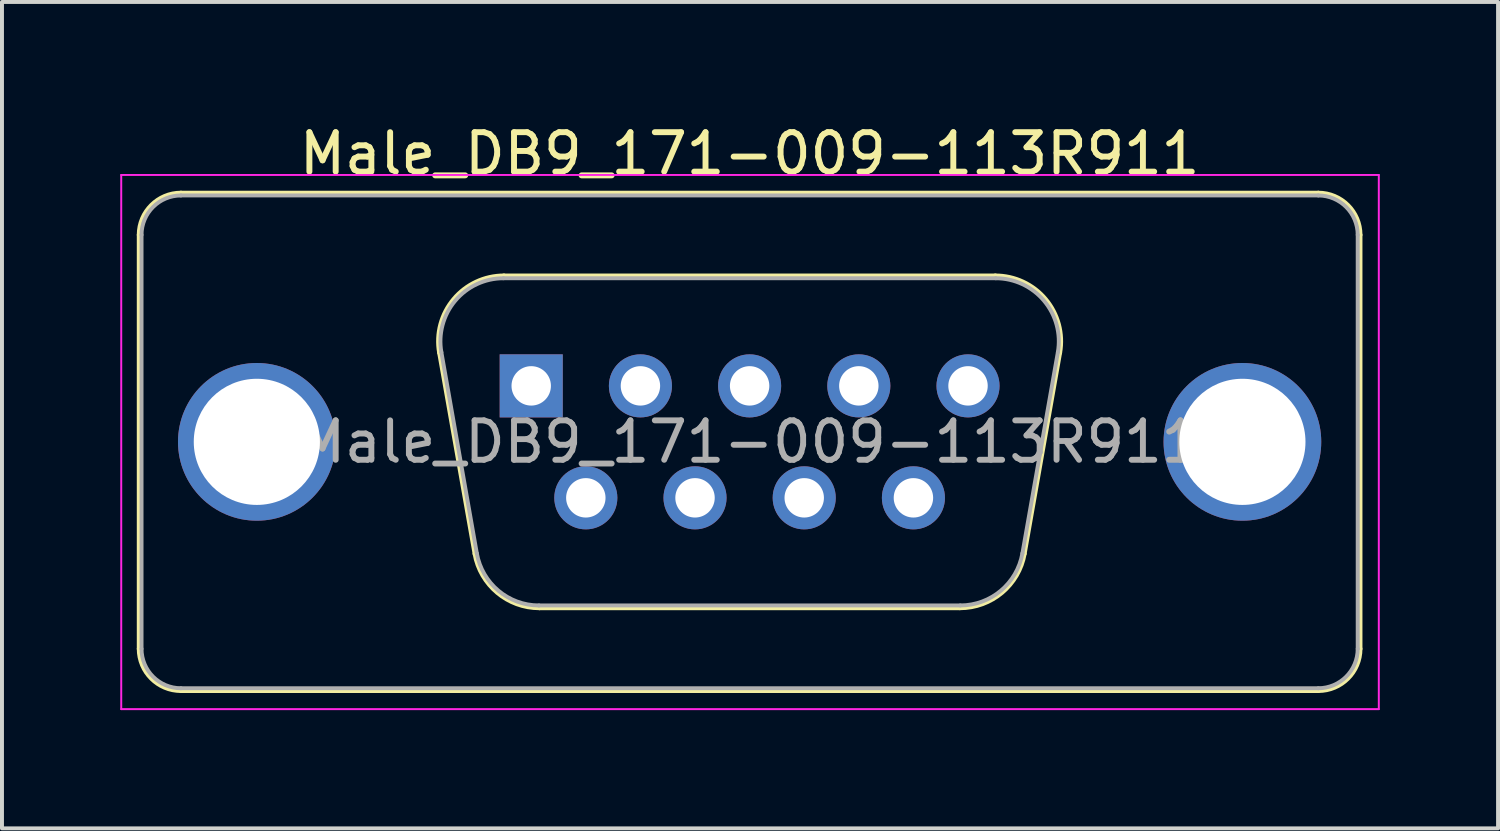
<source format=kicad_pcb>
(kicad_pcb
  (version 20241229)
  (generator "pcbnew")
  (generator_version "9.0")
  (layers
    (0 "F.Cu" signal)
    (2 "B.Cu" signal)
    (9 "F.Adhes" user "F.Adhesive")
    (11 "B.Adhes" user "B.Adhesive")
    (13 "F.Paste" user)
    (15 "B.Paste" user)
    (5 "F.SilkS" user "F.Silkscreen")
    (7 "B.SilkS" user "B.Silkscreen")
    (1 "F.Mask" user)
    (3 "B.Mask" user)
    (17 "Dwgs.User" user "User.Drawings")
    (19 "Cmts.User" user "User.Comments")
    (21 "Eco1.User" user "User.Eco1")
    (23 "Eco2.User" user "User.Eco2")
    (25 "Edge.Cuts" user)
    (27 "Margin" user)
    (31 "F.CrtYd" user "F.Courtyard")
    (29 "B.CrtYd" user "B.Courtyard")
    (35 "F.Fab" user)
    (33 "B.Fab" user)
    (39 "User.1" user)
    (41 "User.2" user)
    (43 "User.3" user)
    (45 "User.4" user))
  (footprint "Male_DB9_171-009-113R911"
    (layer "F.Cu")
    (at 10.425 6.738)
    (property "Reference" "Male_DB9_171-009-113R911" (at 5.54 -5.89 0) (layer "F.SilkS") (effects (font (size 1 1) (thickness 0.15))))
    (attr through_hole)
    (fp_line (start -9.945 6.67) (end -9.945 -3.83) (stroke (width 0.12) (type solid)) (layer "F.SilkS"))
    (fp_line (start -8.885 -4.89) (end 19.965 -4.89) (stroke (width 0.12) (type solid)) (layer "F.SilkS"))
    (fp_line (start -2.326 -0.842) (end -1.427 4.258) (stroke (width 0.12) (type solid)) (layer "F.SilkS"))
    (fp_line (start -0.692 -2.79) (end 11.772 -2.79) (stroke (width 0.12) (type solid)) (layer "F.SilkS"))
    (fp_line (start 0.208 5.63) (end 10.872 5.63) (stroke (width 0.12) (type solid)) (layer "F.SilkS"))
    (fp_line (start 13.406 -0.842) (end 12.507 4.258) (stroke (width 0.12) (type solid)) (layer "F.SilkS"))
    (fp_line (start 19.965 7.73) (end -8.885 7.73) (stroke (width 0.12) (type solid)) (layer "F.SilkS"))
    (fp_line (start 21.025 -3.83) (end 21.025 6.67) (stroke (width 0.12) (type solid)) (layer "F.SilkS"))
    (fp_arc (start -9.945 -3.83) (mid -9.634533 -4.579533) (end -8.885 -4.89) (stroke (width 0.12) (type solid)) (layer "F.SilkS"))
    (fp_arc (start -8.885 7.73) (mid -9.634533 7.419533) (end -9.945 6.67) (stroke (width 0.12) (type solid)) (layer "F.SilkS"))
    (fp_arc (start -2.32647 -0.841744) (mid -1.963323 -2.197028) (end -0.691689 -2.79) (stroke (width 0.12) (type solid)) (layer "F.SilkS"))
    (fp_arc (start 0.207579 5.63) (mid -0.859448 5.241634) (end -1.427202 4.258256) (stroke (width 0.12) (type solid)) (layer "F.SilkS"))
    (fp_arc (start 11.771689 -2.79) (mid 13.043323 -2.197027) (end 13.40647 -0.841744) (stroke (width 0.12) (type solid)) (layer "F.SilkS"))
    (fp_arc (start 12.507202 4.258256) (mid 11.939449 5.241634) (end 10.872421 5.63) (stroke (width 0.12) (type solid)) (layer "F.SilkS"))
    (fp_arc (start 19.965 -4.89) (mid 20.714533 -4.579533) (end 21.025 -3.83) (stroke (width 0.12) (type solid)) (layer "F.SilkS"))
    (fp_arc (start 21.025 6.67) (mid 20.714533 7.419533) (end 19.965 7.73) (stroke (width 0.12) (type solid)) (layer "F.SilkS"))
    (fp_line (start -10.4 -5.35) (end -10.4 8.2) (stroke (width 0.05) (type solid)) (layer "F.CrtYd"))
    (fp_line (start -10.4 8.2) (end 21.5 8.2) (stroke (width 0.05) (type solid)) (layer "F.CrtYd"))
    (fp_line (start 21.5 -5.35) (end -10.4 -5.35) (stroke (width 0.05) (type solid)) (layer "F.CrtYd"))
    (fp_line (start 21.5 8.2) (end 21.5 -5.35) (stroke (width 0.05) (type solid)) (layer "F.CrtYd"))
    (fp_line (start -9.885 6.67) (end -9.885 -3.83) (stroke (width 0.1) (type solid)) (layer "F.Fab"))
    (fp_line (start -8.885 -4.83) (end 19.965 -4.83) (stroke (width 0.1) (type solid)) (layer "F.Fab"))
    (fp_line (start -2.279 -0.852) (end -1.38 4.248) (stroke (width 0.1) (type solid)) (layer "F.Fab"))
    (fp_line (start -0.703 -2.73) (end 11.783 -2.73) (stroke (width 0.1) (type solid)) (layer "F.Fab"))
    (fp_line (start 0.196 5.57) (end 10.884 5.57) (stroke (width 0.1) (type solid)) (layer "F.Fab"))
    (fp_line (start 13.359 -0.852) (end 12.46 4.248) (stroke (width 0.1) (type solid)) (layer "F.Fab"))
    (fp_line (start 19.965 7.67) (end -8.885 7.67) (stroke (width 0.1) (type solid)) (layer "F.Fab"))
    (fp_line (start 20.965 -3.83) (end 20.965 6.67) (stroke (width 0.1) (type solid)) (layer "F.Fab"))
    (fp_arc (start -9.885 -3.83) (mid -9.592107 -4.537107) (end -8.885 -4.83) (stroke (width 0.1) (type solid)) (layer "F.Fab"))
    (fp_arc (start -8.885 7.67) (mid -9.592107 7.377107) (end -9.885 6.67) (stroke (width 0.1) (type solid)) (layer "F.Fab"))
    (fp_arc (start -2.278886 -0.852163) (mid -1.928865 -2.15846) (end -0.703194 -2.73) (stroke (width 0.1) (type solid)) (layer "F.Fab"))
    (fp_arc (start 0.196073 5.57) (mid -0.832387 5.195671) (end -1.379619 4.247837) (stroke (width 0.1) (type solid)) (layer "F.Fab"))
    (fp_arc (start 11.783194 -2.73) (mid 13.008865 -2.15846) (end 13.358886 -0.852163) (stroke (width 0.1) (type solid)) (layer "F.Fab"))
    (fp_arc (start 12.459619 4.247837) (mid 11.912387 5.195671) (end 10.883927 5.57) (stroke (width 0.1) (type solid)) (layer "F.Fab"))
    (fp_arc (start 19.965 -4.83) (mid 20.672107 -4.537107) (end 20.965 -3.83) (stroke (width 0.1) (type solid)) (layer "F.Fab"))
    (fp_arc (start 20.965 6.67) (mid 20.672107 7.377107) (end 19.965 7.67) (stroke (width 0.1) (type solid)) (layer "F.Fab"))
    (fp_text user "${REFERENCE}" (at 5.54 1.42 0) (layer "F.Fab") (effects (font (size 1 1) (thickness 0.15))))
    (pad "0" thru_hole circle (at -6.96 1.42) (size 4 4) (drill 3.2) (layers "*.Cu" "*.Mask"))
    (pad "0" thru_hole circle (at 18.04 1.42) (size 4 4) (drill 3.2) (layers "*.Cu" "*.Mask"))
    (pad "1" thru_hole rect (at 0 0) (size 1.6 1.6) (drill 1) (layers "*.Cu" "*.Mask"))
    (pad "2" thru_hole circle (at 2.77 0) (size 1.6 1.6) (drill 1) (layers "*.Cu" "*.Mask"))
    (pad "3" thru_hole circle (at 5.54 0) (size 1.6 1.6) (drill 1) (layers "*.Cu" "*.Mask"))
    (pad "4" thru_hole circle (at 8.31 0) (size 1.6 1.6) (drill 1) (layers "*.Cu" "*.Mask"))
    (pad "5" thru_hole circle (at 11.08 0) (size 1.6 1.6) (drill 1) (layers "*.Cu" "*.Mask"))
    (pad "6" thru_hole circle (at 1.385 2.84) (size 1.6 1.6) (drill 1) (layers "*.Cu" "*.Mask"))
    (pad "7" thru_hole circle (at 4.155 2.84) (size 1.6 1.6) (drill 1) (layers "*.Cu" "*.Mask"))
    (pad "8" thru_hole circle (at 6.925 2.84) (size 1.6 1.6) (drill 1) (layers "*.Cu" "*.Mask"))
    (pad "9" thru_hole circle (at 9.695 2.84) (size 1.6 1.6) (drill 1) (layers "*.Cu" "*.Mask")))
  (gr_rect
    (start -3 -3)
    (end 34.95 17.963)
    (stroke (width 0.1) (type default))
    (fill no)
    (layer "Edge.Cuts")))
</source>
